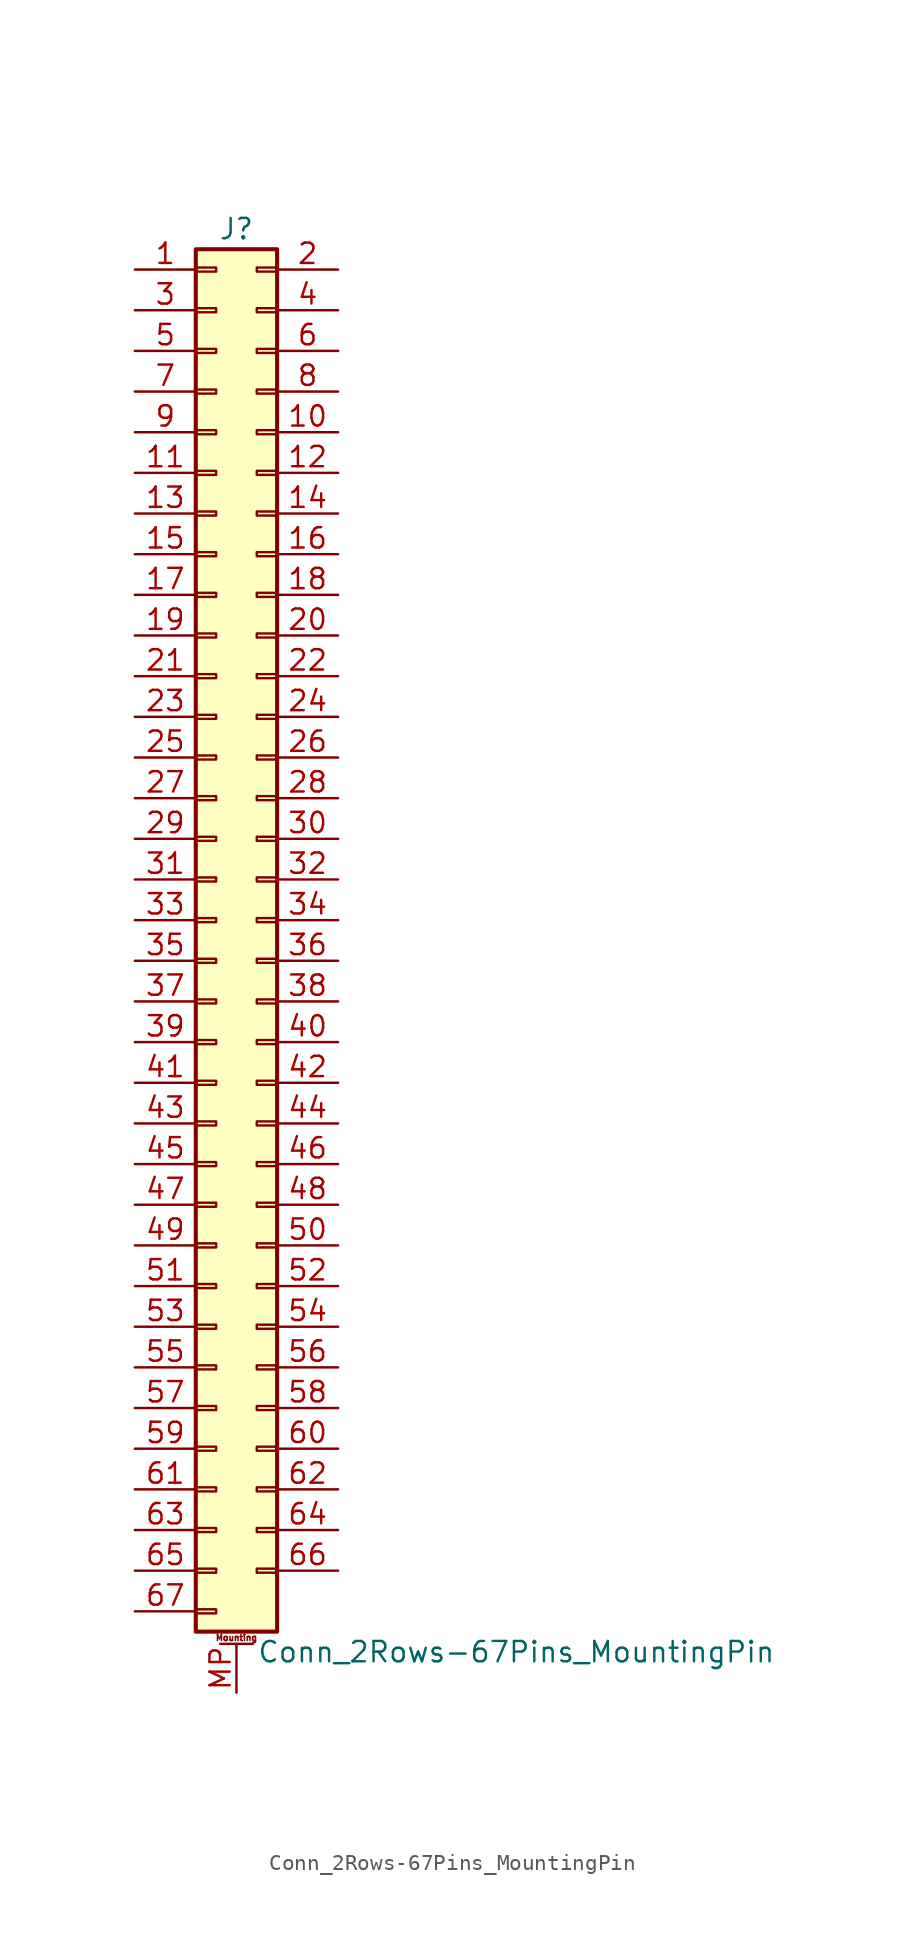
<source format=kicad_sym>
(kicad_symbol_lib
  (version 20201005)
  (generator kicad_symbol_editor)
  (symbol "Connector_Generic_MountingPin:Conn_2Rows-67Pins_MountingPin"
    (pin_names
      (offset 1.016) hide)
    (property "Reference" "J"
      (at 1.27 43.18 0)
      (effects (font (size 1.27 1.27))))
    (property "Value" "Conn_2Rows-67Pins_MountingPin"
      (at 2.54 -45.72 0)
      (effects (font (size 1.27 1.27)) (justify left)))
    (symbol "Conn_2Rows-67Pins_MountingPin_1_1"
      (text "Mounting" (at 1.27 -44.831 0) (effects (font (size 0.381 0.381))))
      (rectangle (start -1.27 -27.813) (end 0 -28.067) (stroke (width 0.152)) (fill (type none)))
      (rectangle (start -1.27 -30.353) (end 0 -30.607) (stroke (width 0.152)) (fill (type none)))
      (rectangle (start -1.27 -32.893) (end 0 -33.147) (stroke (width 0.152)) (fill (type none)))
      (rectangle (start -1.27 -35.433) (end 0 -35.687) (stroke (width 0.152)) (fill (type none)))
      (rectangle (start -1.27 -37.973) (end 0 -38.227) (stroke (width 0.152)) (fill (type none)))
      (rectangle (start -1.27 -40.513) (end 0 -40.767) (stroke (width 0.152)) (fill (type none)))
      (rectangle (start -1.27 -43.053) (end 0 -43.307) (stroke (width 0.152)) (fill (type none)))
      (rectangle (start -1.27 -4.953) (end 0 -5.207) (stroke (width 0.152)) (fill (type none)))
      (rectangle (start -1.27 -7.493) (end 0 -7.747) (stroke (width 0.152)) (fill (type none)))
      (rectangle (start -1.27 -10.033) (end 0 -10.287) (stroke (width 0.152)) (fill (type none)))
      (rectangle (start -1.27 -12.573) (end 0 -12.827) (stroke (width 0.152)) (fill (type none)))
      (rectangle (start -1.27 -15.113) (end 0 -15.367) (stroke (width 0.152)) (fill (type none)))
      (rectangle (start -1.27 -17.653) (end 0 -17.907) (stroke (width 0.152)) (fill (type none)))
      (rectangle (start -1.27 -20.193) (end 0 -20.447) (stroke (width 0.152)) (fill (type none)))
      (rectangle (start -1.27 -22.733) (end 0 -22.987) (stroke (width 0.152)) (fill (type none)))
      (rectangle (start -1.27 -2.413) (end 0 -2.667) (stroke (width 0.152)) (fill (type none)))
      (rectangle (start -1.27 -25.273) (end 0 -25.527) (stroke (width 0.152)) (fill (type none)))
      (rectangle (start -1.27 25.527) (end 0 25.273) (stroke (width 0.152)) (fill (type none)))
      (rectangle (start -1.27 2.667) (end 0 2.413) (stroke (width 0.152)) (fill (type none)))
      (rectangle (start -1.27 28.067) (end 0 27.813) (stroke (width 0.152)) (fill (type none)))
      (rectangle (start -1.27 30.607) (end 0 30.353) (stroke (width 0.152)) (fill (type none)))
      (rectangle (start -1.27 33.147) (end 0 32.893) (stroke (width 0.152)) (fill (type none)))
      (rectangle (start -1.27 35.687) (end 0 35.433) (stroke (width 0.152)) (fill (type none)))
      (rectangle (start -1.27 38.227) (end 0 37.973) (stroke (width 0.152)) (fill (type none)))
      (rectangle (start -1.27 40.767) (end 0 40.513) (stroke (width 0.152)) (fill (type none)))
      (rectangle (start -1.27 41.91) (end 3.81 -44.45) (stroke (width 0.254)) (fill (type background)))
      (rectangle (start -1.27 5.207) (end 0 4.953) (stroke (width 0.152)) (fill (type none)))
      (rectangle (start -1.27 7.747) (end 0 7.493) (stroke (width 0.152)) (fill (type none)))
      (rectangle (start -1.27 10.287) (end 0 10.033) (stroke (width 0.152)) (fill (type none)))
      (rectangle (start -1.27 0.127) (end 0 -0.127) (stroke (width 0.152)) (fill (type none)))
      (rectangle (start -1.27 12.827) (end 0 12.573) (stroke (width 0.152)) (fill (type none)))
      (rectangle (start -1.27 15.367) (end 0 15.113) (stroke (width 0.152)) (fill (type none)))
      (rectangle (start -1.27 17.907) (end 0 17.653) (stroke (width 0.152)) (fill (type none)))
      (rectangle (start -1.27 20.447) (end 0 20.193) (stroke (width 0.152)) (fill (type none)))
      (rectangle (start -1.27 22.987) (end 0 22.733) (stroke (width 0.152)) (fill (type none)))
      (rectangle (start 3.81 -27.813) (end 2.54 -28.067) (stroke (width 0.152)) (fill (type none)))
      (rectangle (start 3.81 -30.353) (end 2.54 -30.607) (stroke (width 0.152)) (fill (type none)))
      (rectangle (start 3.81 -32.893) (end 2.54 -33.147) (stroke (width 0.152)) (fill (type none)))
      (rectangle (start 3.81 -35.433) (end 2.54 -35.687) (stroke (width 0.152)) (fill (type none)))
      (rectangle (start 3.81 -37.973) (end 2.54 -38.227) (stroke (width 0.152)) (fill (type none)))
      (rectangle (start 3.81 -40.513) (end 2.54 -40.767) (stroke (width 0.152)) (fill (type none)))
      (rectangle (start 3.81 -4.953) (end 2.54 -5.207) (stroke (width 0.152)) (fill (type none)))
      (rectangle (start 3.81 -7.493) (end 2.54 -7.747) (stroke (width 0.152)) (fill (type none)))
      (rectangle (start 3.81 -10.033) (end 2.54 -10.287) (stroke (width 0.152)) (fill (type none)))
      (rectangle (start 3.81 -12.573) (end 2.54 -12.827) (stroke (width 0.152)) (fill (type none)))
      (rectangle (start 3.81 -15.113) (end 2.54 -15.367) (stroke (width 0.152)) (fill (type none)))
      (rectangle (start 3.81 -17.653) (end 2.54 -17.907) (stroke (width 0.152)) (fill (type none)))
      (rectangle (start 3.81 -20.193) (end 2.54 -20.447) (stroke (width 0.152)) (fill (type none)))
      (rectangle (start 3.81 -22.733) (end 2.54 -22.987) (stroke (width 0.152)) (fill (type none)))
      (rectangle (start 3.81 -2.413) (end 2.54 -2.667) (stroke (width 0.152)) (fill (type none)))
      (rectangle (start 3.81 -25.273) (end 2.54 -25.527) (stroke (width 0.152)) (fill (type none)))
      (rectangle (start 3.81 25.527) (end 2.54 25.273) (stroke (width 0.152)) (fill (type none)))
      (rectangle (start 3.81 2.667) (end 2.54 2.413) (stroke (width 0.152)) (fill (type none)))
      (rectangle (start 3.81 28.067) (end 2.54 27.813) (stroke (width 0.152)) (fill (type none)))
      (rectangle (start 3.81 30.607) (end 2.54 30.353) (stroke (width 0.152)) (fill (type none)))
      (rectangle (start 3.81 33.147) (end 2.54 32.893) (stroke (width 0.152)) (fill (type none)))
      (rectangle (start 3.81 35.687) (end 2.54 35.433) (stroke (width 0.152)) (fill (type none)))
      (rectangle (start 3.81 38.227) (end 2.54 37.973) (stroke (width 0.152)) (fill (type none)))
      (rectangle (start 3.81 40.767) (end 2.54 40.513) (stroke (width 0.152)) (fill (type none)))
      (rectangle (start 3.81 5.207) (end 2.54 4.953) (stroke (width 0.152)) (fill (type none)))
      (rectangle (start 3.81 7.747) (end 2.54 7.493) (stroke (width 0.152)) (fill (type none)))
      (rectangle (start 3.81 10.287) (end 2.54 10.033) (stroke (width 0.152)) (fill (type none)))
      (rectangle (start 3.81 0.127) (end 2.54 -0.127) (stroke (width 0.152)) (fill (type none)))
      (rectangle (start 3.81 12.827) (end 2.54 12.573) (stroke (width 0.152)) (fill (type none)))
      (rectangle (start 3.81 15.367) (end 2.54 15.113) (stroke (width 0.152)) (fill (type none)))
      (rectangle (start 3.81 17.907) (end 2.54 17.653) (stroke (width 0.152)) (fill (type none)))
      (rectangle (start 3.81 20.447) (end 2.54 20.193) (stroke (width 0.152)) (fill (type none)))
      (rectangle (start 3.81 22.987) (end 2.54 22.733) (stroke (width 0.152)) (fill (type none)))
      (polyline (pts (xy 0.254 -45.212) (xy 2.286 -45.212)) (stroke (width 0.152)) (fill (type none)))
      (pin passive line (at 1.27 -48.26 90) (length 3.048) (name "MountPin" (effects (font (size 1.27 1.27)))) (number "MP" (effects (font (size 1.27 1.27)))))
      (pin passive line (at -5.08 40.64 0) (length 3.81) (name "Pin_1" (effects (font (size 1.27 1.27)))) (number "1" (effects (font (size 1.27 1.27)))))
      (pin passive line (at 7.62 30.48 180) (length 3.81) (name "Pin_10" (effects (font (size 1.27 1.27)))) (number "10" (effects (font (size 1.27 1.27)))))
      (pin passive line (at -5.08 27.94 0) (length 3.81) (name "Pin_11" (effects (font (size 1.27 1.27)))) (number "11" (effects (font (size 1.27 1.27)))))
      (pin passive line (at 7.62 27.94 180) (length 3.81) (name "Pin_12" (effects (font (size 1.27 1.27)))) (number "12" (effects (font (size 1.27 1.27)))))
      (pin passive line (at -5.08 25.4 0) (length 3.81) (name "Pin_13" (effects (font (size 1.27 1.27)))) (number "13" (effects (font (size 1.27 1.27)))))
      (pin passive line (at 7.62 25.4 180) (length 3.81) (name "Pin_14" (effects (font (size 1.27 1.27)))) (number "14" (effects (font (size 1.27 1.27)))))
      (pin passive line (at -5.08 22.86 0) (length 3.81) (name "Pin_15" (effects (font (size 1.27 1.27)))) (number "15" (effects (font (size 1.27 1.27)))))
      (pin passive line (at 7.62 22.86 180) (length 3.81) (name "Pin_16" (effects (font (size 1.27 1.27)))) (number "16" (effects (font (size 1.27 1.27)))))
      (pin passive line (at -5.08 20.32 0) (length 3.81) (name "Pin_17" (effects (font (size 1.27 1.27)))) (number "17" (effects (font (size 1.27 1.27)))))
      (pin passive line (at 7.62 20.32 180) (length 3.81) (name "Pin_18" (effects (font (size 1.27 1.27)))) (number "18" (effects (font (size 1.27 1.27)))))
      (pin passive line (at -5.08 17.78 0) (length 3.81) (name "Pin_19" (effects (font (size 1.27 1.27)))) (number "19" (effects (font (size 1.27 1.27)))))
      (pin passive line (at 7.62 40.64 180) (length 3.81) (name "Pin_2" (effects (font (size 1.27 1.27)))) (number "2" (effects (font (size 1.27 1.27)))))
      (pin passive line (at 7.62 17.78 180) (length 3.81) (name "Pin_20" (effects (font (size 1.27 1.27)))) (number "20" (effects (font (size 1.27 1.27)))))
      (pin passive line (at -5.08 15.24 0) (length 3.81) (name "Pin_21" (effects (font (size 1.27 1.27)))) (number "21" (effects (font (size 1.27 1.27)))))
      (pin passive line (at 7.62 15.24 180) (length 3.81) (name "Pin_22" (effects (font (size 1.27 1.27)))) (number "22" (effects (font (size 1.27 1.27)))))
      (pin passive line (at -5.08 12.7 0) (length 3.81) (name "Pin_23" (effects (font (size 1.27 1.27)))) (number "23" (effects (font (size 1.27 1.27)))))
      (pin passive line (at 7.62 12.7 180) (length 3.81) (name "Pin_24" (effects (font (size 1.27 1.27)))) (number "24" (effects (font (size 1.27 1.27)))))
      (pin passive line (at -5.08 10.16 0) (length 3.81) (name "Pin_25" (effects (font (size 1.27 1.27)))) (number "25" (effects (font (size 1.27 1.27)))))
      (pin passive line (at 7.62 10.16 180) (length 3.81) (name "Pin_26" (effects (font (size 1.27 1.27)))) (number "26" (effects (font (size 1.27 1.27)))))
      (pin passive line (at -5.08 7.62 0) (length 3.81) (name "Pin_27" (effects (font (size 1.27 1.27)))) (number "27" (effects (font (size 1.27 1.27)))))
      (pin passive line (at 7.62 7.62 180) (length 3.81) (name "Pin_28" (effects (font (size 1.27 1.27)))) (number "28" (effects (font (size 1.27 1.27)))))
      (pin passive line (at -5.08 5.08 0) (length 3.81) (name "Pin_29" (effects (font (size 1.27 1.27)))) (number "29" (effects (font (size 1.27 1.27)))))
      (pin passive line (at -5.08 38.1 0) (length 3.81) (name "Pin_3" (effects (font (size 1.27 1.27)))) (number "3" (effects (font (size 1.27 1.27)))))
      (pin passive line (at 7.62 5.08 180) (length 3.81) (name "Pin_30" (effects (font (size 1.27 1.27)))) (number "30" (effects (font (size 1.27 1.27)))))
      (pin passive line (at -5.08 2.54 0) (length 3.81) (name "Pin_31" (effects (font (size 1.27 1.27)))) (number "31" (effects (font (size 1.27 1.27)))))
      (pin passive line (at 7.62 2.54 180) (length 3.81) (name "Pin_32" (effects (font (size 1.27 1.27)))) (number "32" (effects (font (size 1.27 1.27)))))
      (pin passive line (at -5.08 0 0) (length 3.81) (name "Pin_33" (effects (font (size 1.27 1.27)))) (number "33" (effects (font (size 1.27 1.27)))))
      (pin passive line (at 7.62 0 180) (length 3.81) (name "Pin_34" (effects (font (size 1.27 1.27)))) (number "34" (effects (font (size 1.27 1.27)))))
      (pin passive line (at -5.08 -2.54 0) (length 3.81) (name "Pin_35" (effects (font (size 1.27 1.27)))) (number "35" (effects (font (size 1.27 1.27)))))
      (pin passive line (at 7.62 -2.54 180) (length 3.81) (name "Pin_36" (effects (font (size 1.27 1.27)))) (number "36" (effects (font (size 1.27 1.27)))))
      (pin passive line (at -5.08 -5.08 0) (length 3.81) (name "Pin_37" (effects (font (size 1.27 1.27)))) (number "37" (effects (font (size 1.27 1.27)))))
      (pin passive line (at 7.62 -5.08 180) (length 3.81) (name "Pin_38" (effects (font (size 1.27 1.27)))) (number "38" (effects (font (size 1.27 1.27)))))
      (pin passive line (at -5.08 -7.62 0) (length 3.81) (name "Pin_39" (effects (font (size 1.27 1.27)))) (number "39" (effects (font (size 1.27 1.27)))))
      (pin passive line (at 7.62 38.1 180) (length 3.81) (name "Pin_4" (effects (font (size 1.27 1.27)))) (number "4" (effects (font (size 1.27 1.27)))))
      (pin passive line (at 7.62 -7.62 180) (length 3.81) (name "Pin_40" (effects (font (size 1.27 1.27)))) (number "40" (effects (font (size 1.27 1.27)))))
      (pin passive line (at -5.08 -10.16 0) (length 3.81) (name "Pin_41" (effects (font (size 1.27 1.27)))) (number "41" (effects (font (size 1.27 1.27)))))
      (pin passive line (at 7.62 -10.16 180) (length 3.81) (name "Pin_42" (effects (font (size 1.27 1.27)))) (number "42" (effects (font (size 1.27 1.27)))))
      (pin passive line (at -5.08 -12.7 0) (length 3.81) (name "Pin_43" (effects (font (size 1.27 1.27)))) (number "43" (effects (font (size 1.27 1.27)))))
      (pin passive line (at 7.62 -12.7 180) (length 3.81) (name "Pin_44" (effects (font (size 1.27 1.27)))) (number "44" (effects (font (size 1.27 1.27)))))
      (pin passive line (at -5.08 -15.24 0) (length 3.81) (name "Pin_45" (effects (font (size 1.27 1.27)))) (number "45" (effects (font (size 1.27 1.27)))))
      (pin passive line (at 7.62 -15.24 180) (length 3.81) (name "Pin_46" (effects (font (size 1.27 1.27)))) (number "46" (effects (font (size 1.27 1.27)))))
      (pin passive line (at -5.08 -17.78 0) (length 3.81) (name "Pin_47" (effects (font (size 1.27 1.27)))) (number "47" (effects (font (size 1.27 1.27)))))
      (pin passive line (at 7.62 -17.78 180) (length 3.81) (name "Pin_48" (effects (font (size 1.27 1.27)))) (number "48" (effects (font (size 1.27 1.27)))))
      (pin passive line (at -5.08 -20.32 0) (length 3.81) (name "Pin_49" (effects (font (size 1.27 1.27)))) (number "49" (effects (font (size 1.27 1.27)))))
      (pin passive line (at -5.08 35.56 0) (length 3.81) (name "Pin_5" (effects (font (size 1.27 1.27)))) (number "5" (effects (font (size 1.27 1.27)))))
      (pin passive line (at 7.62 -20.32 180) (length 3.81) (name "Pin_50" (effects (font (size 1.27 1.27)))) (number "50" (effects (font (size 1.27 1.27)))))
      (pin passive line (at -5.08 -22.86 0) (length 3.81) (name "Pin_51" (effects (font (size 1.27 1.27)))) (number "51" (effects (font (size 1.27 1.27)))))
      (pin passive line (at 7.62 -22.86 180) (length 3.81) (name "Pin_52" (effects (font (size 1.27 1.27)))) (number "52" (effects (font (size 1.27 1.27)))))
      (pin passive line (at -5.08 -25.4 0) (length 3.81) (name "Pin_53" (effects (font (size 1.27 1.27)))) (number "53" (effects (font (size 1.27 1.27)))))
      (pin passive line (at 7.62 -25.4 180) (length 3.81) (name "Pin_54" (effects (font (size 1.27 1.27)))) (number "54" (effects (font (size 1.27 1.27)))))
      (pin passive line (at -5.08 -27.94 0) (length 3.81) (name "Pin_55" (effects (font (size 1.27 1.27)))) (number "55" (effects (font (size 1.27 1.27)))))
      (pin passive line (at 7.62 -27.94 180) (length 3.81) (name "Pin_56" (effects (font (size 1.27 1.27)))) (number "56" (effects (font (size 1.27 1.27)))))
      (pin passive line (at -5.08 -30.48 0) (length 3.81) (name "Pin_57" (effects (font (size 1.27 1.27)))) (number "57" (effects (font (size 1.27 1.27)))))
      (pin passive line (at 7.62 -30.48 180) (length 3.81) (name "Pin_58" (effects (font (size 1.27 1.27)))) (number "58" (effects (font (size 1.27 1.27)))))
      (pin passive line (at -5.08 -33.02 0) (length 3.81) (name "Pin_59" (effects (font (size 1.27 1.27)))) (number "59" (effects (font (size 1.27 1.27)))))
      (pin passive line (at 7.62 35.56 180) (length 3.81) (name "Pin_6" (effects (font (size 1.27 1.27)))) (number "6" (effects (font (size 1.27 1.27)))))
      (pin passive line (at 7.62 -33.02 180) (length 3.81) (name "Pin_60" (effects (font (size 1.27 1.27)))) (number "60" (effects (font (size 1.27 1.27)))))
      (pin passive line (at -5.08 -35.56 0) (length 3.81) (name "Pin_61" (effects (font (size 1.27 1.27)))) (number "61" (effects (font (size 1.27 1.27)))))
      (pin passive line (at 7.62 -35.56 180) (length 3.81) (name "Pin_62" (effects (font (size 1.27 1.27)))) (number "62" (effects (font (size 1.27 1.27)))))
      (pin passive line (at -5.08 -38.1 0) (length 3.81) (name "Pin_63" (effects (font (size 1.27 1.27)))) (number "63" (effects (font (size 1.27 1.27)))))
      (pin passive line (at 7.62 -38.1 180) (length 3.81) (name "Pin_64" (effects (font (size 1.27 1.27)))) (number "64" (effects (font (size 1.27 1.27)))))
      (pin passive line (at -5.08 -40.64 0) (length 3.81) (name "Pin_65" (effects (font (size 1.27 1.27)))) (number "65" (effects (font (size 1.27 1.27)))))
      (pin passive line (at 7.62 -40.64 180) (length 3.81) (name "Pin_66" (effects (font (size 1.27 1.27)))) (number "66" (effects (font (size 1.27 1.27)))))
      (pin passive line (at -5.08 -43.18 0) (length 3.81) (name "Pin_67" (effects (font (size 1.27 1.27)))) (number "67" (effects (font (size 1.27 1.27)))))
      (pin passive line (at -5.08 33.02 0) (length 3.81) (name "Pin_7" (effects (font (size 1.27 1.27)))) (number "7" (effects (font (size 1.27 1.27)))))
      (pin passive line (at 7.62 33.02 180) (length 3.81) (name "Pin_8" (effects (font (size 1.27 1.27)))) (number "8" (effects (font (size 1.27 1.27)))))
      (pin passive line (at -5.08 30.48 0) (length 3.81) (name "Pin_9" (effects (font (size 1.27 1.27)))) (number "9" (effects (font (size 1.27 1.27))))))))
</source>
